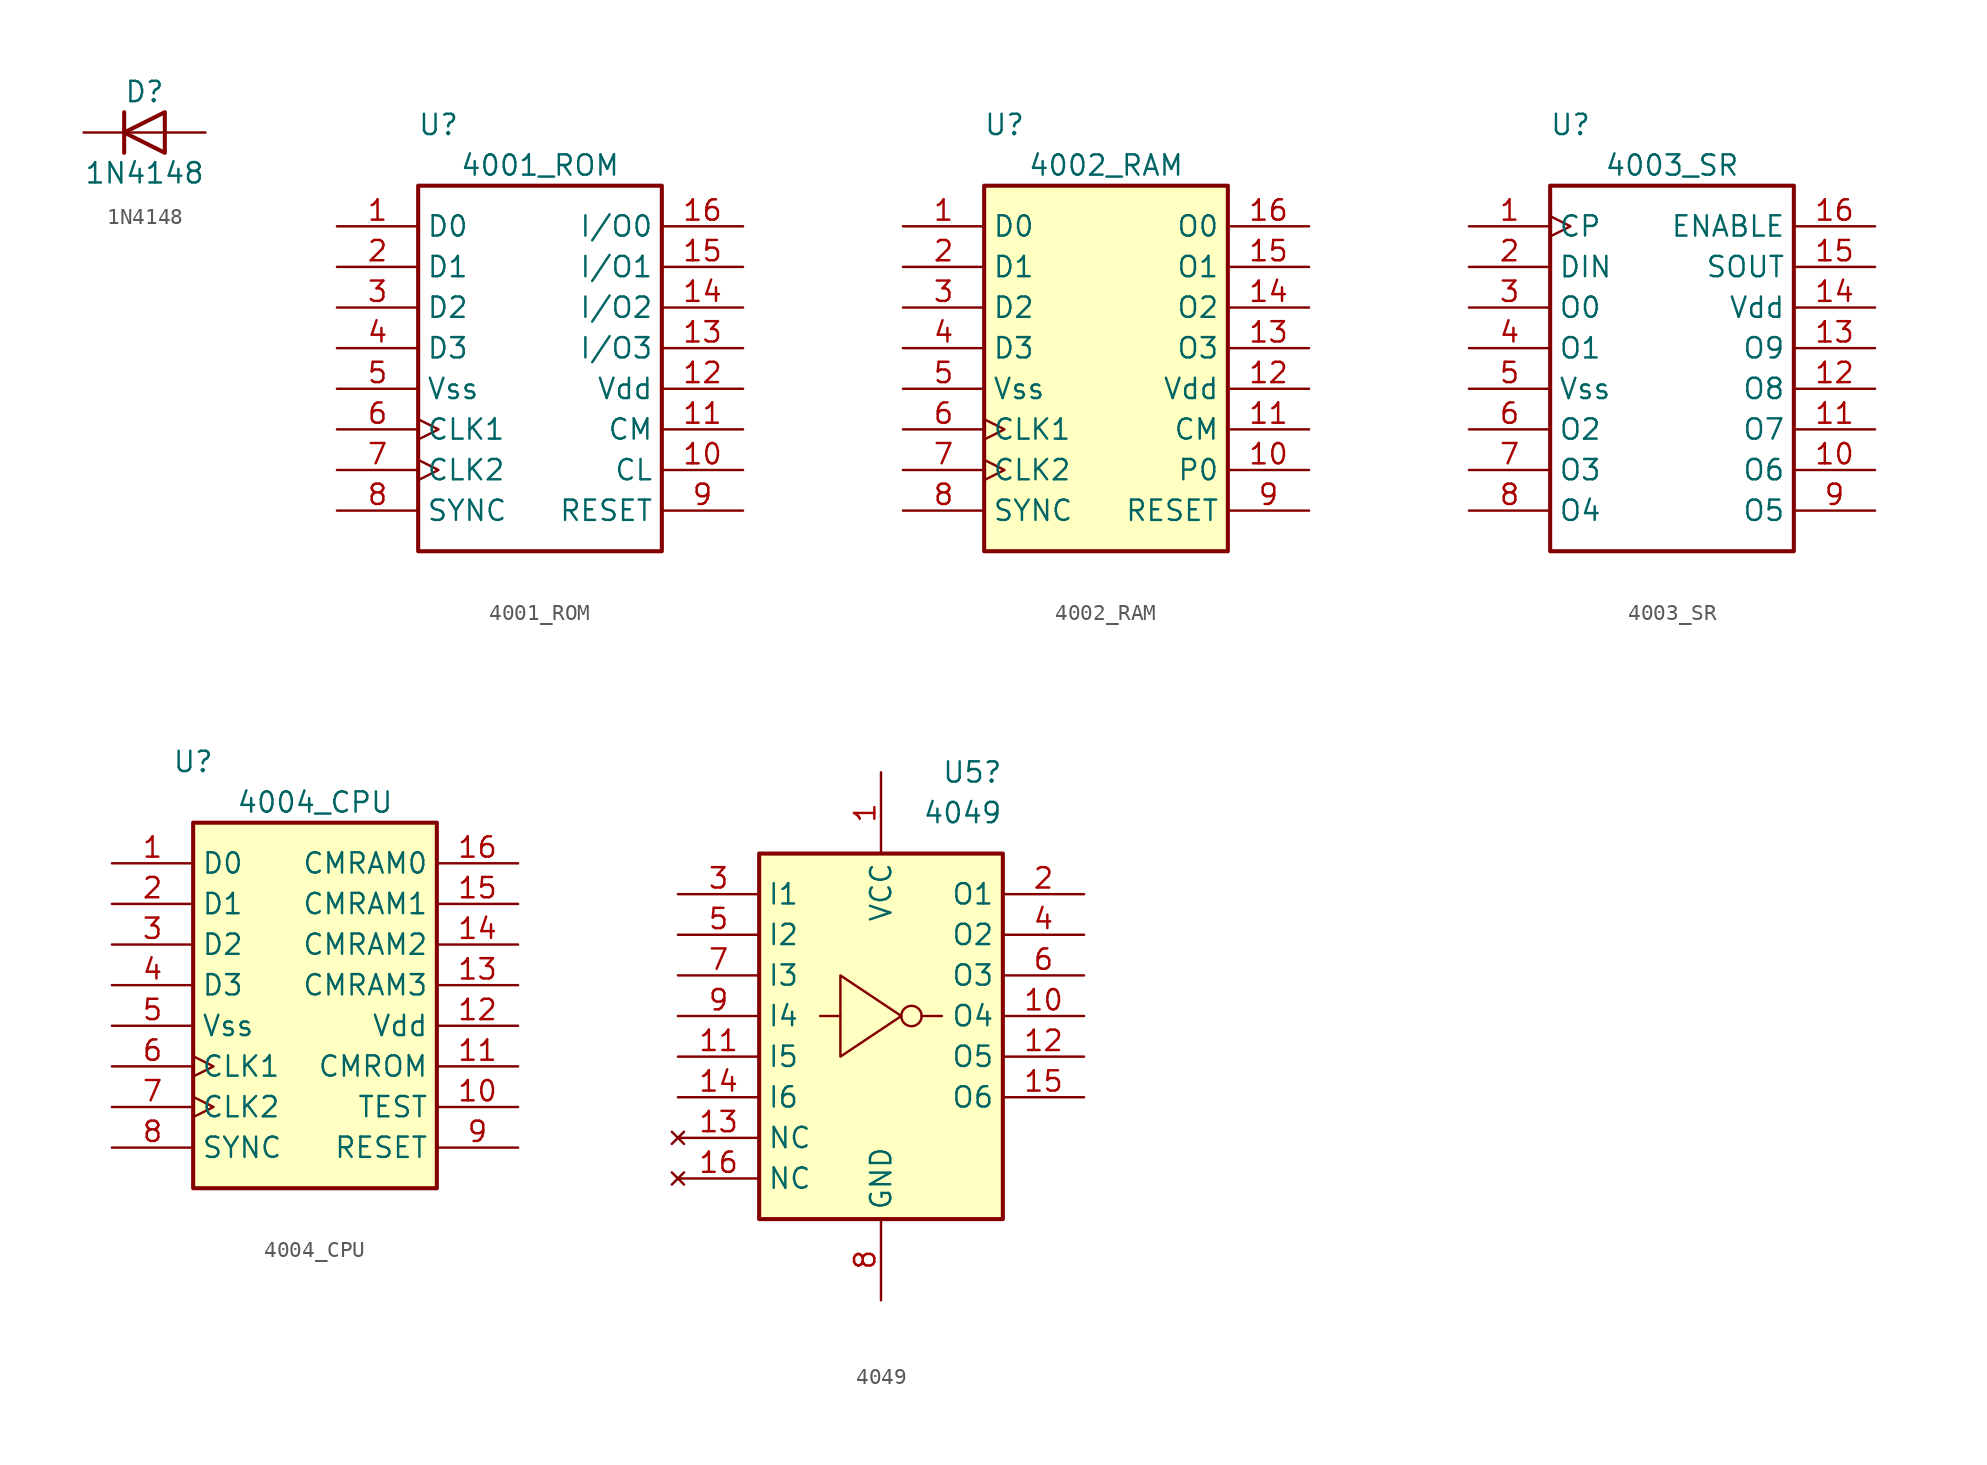
<source format=kicad_sym>
(kicad_symbol_lib
  (version 20241209)
  (generator "kicad_symbol_editor")
  (generator_version "9.0")
  (symbol "1N4148"
    (pin_numbers
      (hide yes))
    (pin_names
      (hide yes))
    (property "Reference" "D"
      (at 0 2.54 0)
      (effects (font (size 1.27 1.27))))
    (property "Value" "1N4148"
      (at 0 -2.54 0)
      (effects (font (size 1.27 1.27))))
    (symbol "1N4148_0_1"
      (polyline (pts (xy -1.27 1.27) (xy -1.27 -1.27)) (stroke (width 0.254) (type default)) (fill (type none)))
      (polyline (pts (xy 1.27 1.27) (xy 1.27 -1.27) (xy -1.27 0) (xy 1.27 1.27)) (stroke (width 0.254) (type default)) (fill (type none)))
      (polyline (pts (xy 1.27 0) (xy -1.27 0)) (stroke (width 0) (type default)) (fill (type none))))
    (symbol "1N4148_1_1"
      (pin passive line (at -3.81 0 0) (length 2.54) (name "K" (effects (font (size 1.27 1.27)))) (number "1" (effects (font (size 1.27 1.27)))))
      (pin passive line (at 3.81 0 180) (length 2.54) (name "A" (effects (font (size 1.27 1.27)))) (number "2" (effects (font (size 1.27 1.27)))))))
  (symbol "4001_ROM"
    (property "Reference" "U"
      (at -6.35 13.97 0)
      (effects (font (size 1.27 1.27))))
    (property "Value" "4001_ROM"
      (at 0 11.43 0)
      (effects (font (size 1.27 1.27))))
    (symbol "4001_ROM_1_0"
      (pin bidirectional line (at -12.7 7.62 0) (length 5.08) (name "D0" (effects (font (size 1.27 1.27)))) (number "1" (effects (font (size 1.27 1.27)))))
      (pin bidirectional line (at -12.7 5.08 0) (length 5.08) (name "D1" (effects (font (size 1.27 1.27)))) (number "2" (effects (font (size 1.27 1.27)))))
      (pin bidirectional line (at -12.7 2.54 0) (length 5.08) (name "D2" (effects (font (size 1.27 1.27)))) (number "3" (effects (font (size 1.27 1.27)))))
      (pin bidirectional line (at -12.7 0 0) (length 5.08) (name "D3" (effects (font (size 1.27 1.27)))) (number "4" (effects (font (size 1.27 1.27)))))
      (pin power_in line (at -12.7 -2.54 0) (length 5.08) (name "Vss" (effects (font (size 1.27 1.27)))) (number "5" (effects (font (size 1.27 1.27)))))
      (pin input clock (at -12.7 -5.08 0) (length 5.08) (name "CLK1" (effects (font (size 1.27 1.27)))) (number "6" (effects (font (size 1.27 1.27)))))
      (pin input clock (at -12.7 -7.62 0) (length 5.08) (name "CLK2" (effects (font (size 1.27 1.27)))) (number "7" (effects (font (size 1.27 1.27)))))
      (pin input line (at -12.7 -10.16 0) (length 5.08) (name "SYNC" (effects (font (size 1.27 1.27)))) (number "8" (effects (font (size 1.27 1.27)))))
      (pin bidirectional line (at 12.7 7.62 180) (length 5.08) (name "I/O0" (effects (font (size 1.27 1.27)))) (number "16" (effects (font (size 1.27 1.27)))))
      (pin bidirectional line (at 12.7 5.08 180) (length 5.08) (name "I/O1" (effects (font (size 1.27 1.27)))) (number "15" (effects (font (size 1.27 1.27)))))
      (pin bidirectional line (at 12.7 2.54 180) (length 5.08) (name "I/O2" (effects (font (size 1.27 1.27)))) (number "14" (effects (font (size 1.27 1.27)))))
      (pin bidirectional line (at 12.7 0 180) (length 5.08) (name "I/O3" (effects (font (size 1.27 1.27)))) (number "13" (effects (font (size 1.27 1.27)))))
      (pin power_in line (at 12.7 -2.54 180) (length 5.08) (name "Vdd" (effects (font (size 1.27 1.27)))) (number "12" (effects (font (size 1.27 1.27)))))
      (pin input line (at 12.7 -5.08 180) (length 5.08) (name "CM" (effects (font (size 1.27 1.27)))) (number "11" (effects (font (size 1.27 1.27)))))
      (pin input line (at 12.7 -7.62 180) (length 5.08) (name "CL" (effects (font (size 1.27 1.27)))) (number "10" (effects (font (size 1.27 1.27)))))
      (pin input line (at 12.7 -10.16 180) (length 5.08) (name "RESET" (effects (font (size 1.27 1.27)))) (number "9" (effects (font (size 1.27 1.27))))))
    (symbol "4001_ROM_1_1"
      (rectangle (start -7.62 10.16) (end 7.62 -12.7) (stroke (width 0.254) (type default)) (fill (type none)))))
  (symbol "4002_RAM"
    (property "Reference" "U"
      (at -6.35 13.97 0)
      (effects (font (size 1.27 1.27))))
    (property "Value" "4002_RAM"
      (at 0 11.43 0)
      (effects (font (size 1.27 1.27))))
    (symbol "4002_RAM_1_0"
      (pin bidirectional line (at -12.7 7.62 0) (length 5.08) (name "D0" (effects (font (size 1.27 1.27)))) (number "1" (effects (font (size 1.27 1.27)))))
      (pin bidirectional line (at -12.7 5.08 0) (length 5.08) (name "D1" (effects (font (size 1.27 1.27)))) (number "2" (effects (font (size 1.27 1.27)))))
      (pin bidirectional line (at -12.7 2.54 0) (length 5.08) (name "D2" (effects (font (size 1.27 1.27)))) (number "3" (effects (font (size 1.27 1.27)))))
      (pin bidirectional line (at -12.7 0 0) (length 5.08) (name "D3" (effects (font (size 1.27 1.27)))) (number "4" (effects (font (size 1.27 1.27)))))
      (pin power_in line (at -12.7 -2.54 0) (length 5.08) (name "Vss" (effects (font (size 1.27 1.27)))) (number "5" (effects (font (size 1.27 1.27)))))
      (pin input clock (at -12.7 -5.08 0) (length 5.08) (name "CLK1" (effects (font (size 1.27 1.27)))) (number "6" (effects (font (size 1.27 1.27)))))
      (pin input clock (at -12.7 -7.62 0) (length 5.08) (name "CLK2" (effects (font (size 1.27 1.27)))) (number "7" (effects (font (size 1.27 1.27)))))
      (pin input line (at -12.7 -10.16 0) (length 5.08) (name "SYNC" (effects (font (size 1.27 1.27)))) (number "8" (effects (font (size 1.27 1.27)))))
      (pin output line (at 12.7 7.62 180) (length 5.08) (name "O0" (effects (font (size 1.27 1.27)))) (number "16" (effects (font (size 1.27 1.27)))))
      (pin output line (at 12.7 5.08 180) (length 5.08) (name "O1" (effects (font (size 1.27 1.27)))) (number "15" (effects (font (size 1.27 1.27)))))
      (pin output line (at 12.7 2.54 180) (length 5.08) (name "O2" (effects (font (size 1.27 1.27)))) (number "14" (effects (font (size 1.27 1.27)))))
      (pin output line (at 12.7 0 180) (length 5.08) (name "O3" (effects (font (size 1.27 1.27)))) (number "13" (effects (font (size 1.27 1.27)))))
      (pin power_in line (at 12.7 -2.54 180) (length 5.08) (name "Vdd" (effects (font (size 1.27 1.27)))) (number "12" (effects (font (size 1.27 1.27)))))
      (pin input line (at 12.7 -5.08 180) (length 5.08) (name "CM" (effects (font (size 1.27 1.27)))) (number "11" (effects (font (size 1.27 1.27)))))
      (pin input line (at 12.7 -7.62 180) (length 5.08) (name "P0" (effects (font (size 1.27 1.27)))) (number "10" (effects (font (size 1.27 1.27)))))
      (pin input line (at 12.7 -10.16 180) (length 5.08) (name "RESET" (effects (font (size 1.27 1.27)))) (number "9" (effects (font (size 1.27 1.27))))))
    (symbol "4002_RAM_1_1"
      (rectangle (start -7.62 10.16) (end 7.62 -12.7) (stroke (width 0.254) (type default)) (fill (type background)))))
  (symbol "4003_SR"
    (property "Reference" "U"
      (at -6.35 13.97 0)
      (effects (font (size 1.27 1.27))))
    (property "Value" "4003_SR"
      (at 0 11.43 0)
      (effects (font (size 1.27 1.27))))
    (symbol "4003_SR_1_0"
      (pin input clock (at -12.7 7.62 0) (length 5.08) (name "CP" (effects (font (size 1.27 1.27)))) (number "1" (effects (font (size 1.27 1.27)))))
      (pin input line (at -12.7 5.08 0) (length 5.08) (name "DIN" (effects (font (size 1.27 1.27)))) (number "2" (effects (font (size 1.27 1.27)))))
      (pin output line (at -12.7 2.54 0) (length 5.08) (name "O0" (effects (font (size 1.27 1.27)))) (number "3" (effects (font (size 1.27 1.27)))))
      (pin output line (at -12.7 0 0) (length 5.08) (name "O1" (effects (font (size 1.27 1.27)))) (number "4" (effects (font (size 1.27 1.27)))))
      (pin power_in line (at -12.7 -2.54 0) (length 5.08) (name "Vss" (effects (font (size 1.27 1.27)))) (number "5" (effects (font (size 1.27 1.27)))))
      (pin output line (at -12.7 -5.08 0) (length 5.08) (name "O2" (effects (font (size 1.27 1.27)))) (number "6" (effects (font (size 1.27 1.27)))))
      (pin output line (at -12.7 -7.62 0) (length 5.08) (name "O3" (effects (font (size 1.27 1.27)))) (number "7" (effects (font (size 1.27 1.27)))))
      (pin output line (at -12.7 -10.16 0) (length 5.08) (name "O4" (effects (font (size 1.27 1.27)))) (number "8" (effects (font (size 1.27 1.27)))))
      (pin input line (at 12.7 7.62 180) (length 5.08) (name "ENABLE" (effects (font (size 1.27 1.27)))) (number "16" (effects (font (size 1.27 1.27)))))
      (pin output line (at 12.7 5.08 180) (length 5.08) (name "SOUT" (effects (font (size 1.27 1.27)))) (number "15" (effects (font (size 1.27 1.27)))))
      (pin power_in line (at 12.7 2.54 180) (length 5.08) (name "Vdd" (effects (font (size 1.27 1.27)))) (number "14" (effects (font (size 1.27 1.27)))))
      (pin output line (at 12.7 0 180) (length 5.08) (name "O9" (effects (font (size 1.27 1.27)))) (number "13" (effects (font (size 1.27 1.27)))))
      (pin output line (at 12.7 -2.54 180) (length 5.08) (name "O8" (effects (font (size 1.27 1.27)))) (number "12" (effects (font (size 1.27 1.27)))))
      (pin output line (at 12.7 -5.08 180) (length 5.08) (name "O7" (effects (font (size 1.27 1.27)))) (number "11" (effects (font (size 1.27 1.27)))))
      (pin output line (at 12.7 -7.62 180) (length 5.08) (name "O6" (effects (font (size 1.27 1.27)))) (number "10" (effects (font (size 1.27 1.27)))))
      (pin output line (at 12.7 -10.16 180) (length 5.08) (name "O5" (effects (font (size 1.27 1.27)))) (number "9" (effects (font (size 1.27 1.27))))))
    (symbol "4003_SR_1_1"
      (rectangle (start -7.62 10.16) (end 7.62 -12.7) (stroke (width 0.254) (type default)) (fill (type none)))))
  (symbol "4004_CPU"
    (property "Reference" "U"
      (at -7.62 13.97 0)
      (effects (font (size 1.27 1.27))))
    (property "Value" "4004_CPU"
      (at 0 11.43 0)
      (effects (font (size 1.27 1.27))))
    (symbol "4004_CPU_1_0"
      (pin bidirectional line (at -12.7 7.62 0) (length 5.08) (name "D0" (effects (font (size 1.27 1.27)))) (number "1" (effects (font (size 1.27 1.27)))))
      (pin bidirectional line (at -12.7 5.08 0) (length 5.08) (name "D1" (effects (font (size 1.27 1.27)))) (number "2" (effects (font (size 1.27 1.27)))))
      (pin bidirectional line (at -12.7 2.54 0) (length 5.08) (name "D2" (effects (font (size 1.27 1.27)))) (number "3" (effects (font (size 1.27 1.27)))))
      (pin bidirectional line (at -12.7 0 0) (length 5.08) (name "D3" (effects (font (size 1.27 1.27)))) (number "4" (effects (font (size 1.27 1.27)))))
      (pin power_in line (at -12.7 -2.54 0) (length 5.08) (name "Vss" (effects (font (size 1.27 1.27)))) (number "5" (effects (font (size 1.27 1.27)))))
      (pin input clock (at -12.7 -5.08 0) (length 5.08) (name "CLK1" (effects (font (size 1.27 1.27)))) (number "6" (effects (font (size 1.27 1.27)))))
      (pin input clock (at -12.7 -7.62 0) (length 5.08) (name "CLK2" (effects (font (size 1.27 1.27)))) (number "7" (effects (font (size 1.27 1.27)))))
      (pin output line (at -12.7 -10.16 0) (length 5.08) (name "SYNC" (effects (font (size 1.27 1.27)))) (number "8" (effects (font (size 1.27 1.27)))))
      (pin output line (at 12.7 7.62 180) (length 5.08) (name "CMRAM0" (effects (font (size 1.27 1.27)))) (number "16" (effects (font (size 1.27 1.27)))))
      (pin output line (at 12.7 5.08 180) (length 5.08) (name "CMRAM1" (effects (font (size 1.27 1.27)))) (number "15" (effects (font (size 1.27 1.27)))))
      (pin output line (at 12.7 2.54 180) (length 5.08) (name "CMRAM2" (effects (font (size 1.27 1.27)))) (number "14" (effects (font (size 1.27 1.27)))))
      (pin output line (at 12.7 0 180) (length 5.08) (name "CMRAM3" (effects (font (size 1.27 1.27)))) (number "13" (effects (font (size 1.27 1.27)))))
      (pin power_in line (at 12.7 -2.54 180) (length 5.08) (name "Vdd" (effects (font (size 1.27 1.27)))) (number "12" (effects (font (size 1.27 1.27)))))
      (pin output line (at 12.7 -5.08 180) (length 5.08) (name "CMROM" (effects (font (size 1.27 1.27)))) (number "11" (effects (font (size 1.27 1.27)))))
      (pin input line (at 12.7 -7.62 180) (length 5.08) (name "TEST" (effects (font (size 1.27 1.27)))) (number "10" (effects (font (size 1.27 1.27)))))
      (pin input line (at 12.7 -10.16 180) (length 5.08) (name "RESET" (effects (font (size 1.27 1.27)))) (number "9" (effects (font (size 1.27 1.27))))))
    (symbol "4004_CPU_1_1"
      (rectangle (start -7.62 10.16) (end 7.62 -12.7) (stroke (width 0.254) (type default)) (fill (type background)))))
  (symbol "4049"
    (property "Reference" "U5"
      (at 7.62 12.7 0)
      (effects (font (size 1.27 1.27)) (justify right)))
    (property "Value" "4049"
      (at 7.62 10.16 0)
      (effects (font (size 1.27 1.27)) (justify right)))
    (symbol "4049_0_1"
      (circle (center 1.905 -2.54) (radius 0.637) (stroke (width 0) (type default)) (fill (type none))))
    (symbol "4049_1_0"
      (pin input line (at -12.7 5.08 0) (length 5.08) (name "I1" (effects (font (size 1.27 1.27)))) (number "3" (effects (font (size 1.27 1.27)))))
      (pin input line (at -12.7 2.54 0) (length 5.08) (name "I2" (effects (font (size 1.27 1.27)))) (number "5" (effects (font (size 1.27 1.27)))))
      (pin input line (at -12.7 0 0) (length 5.08) (name "I3" (effects (font (size 1.27 1.27)))) (number "7" (effects (font (size 1.27 1.27)))))
      (pin input line (at -12.7 -2.54 0) (length 5.08) (name "I4" (effects (font (size 1.27 1.27)))) (number "9" (effects (font (size 1.27 1.27)))))
      (pin input line (at -12.7 -5.08 0) (length 5.08) (name "I5" (effects (font (size 1.27 1.27)))) (number "11" (effects (font (size 1.27 1.27)))))
      (pin input line (at -12.7 -7.62 0) (length 5.08) (name "I6" (effects (font (size 1.27 1.27)))) (number "14" (effects (font (size 1.27 1.27)))))
      (pin no_connect line (at -12.7 -10.16 0) (length 5.08) (name "NC" (effects (font (size 1.27 1.27)))) (number "13" (effects (font (size 1.27 1.27)))))
      (pin no_connect line (at -12.7 -12.7 0) (length 5.08) (name "NC" (effects (font (size 1.27 1.27)))) (number "16" (effects (font (size 1.27 1.27)))))
      (pin power_in line (at 0 12.7 270) (length 5.08) (name "VCC" (effects (font (size 1.27 1.27)))) (number "1" (effects (font (size 1.27 1.27)))))
      (pin power_in line (at 0 -20.32 90) (length 5.08) (name "GND" (effects (font (size 1.27 1.27)))) (number "8" (effects (font (size 1.27 1.27)))))
      (pin output line (at 12.7 5.08 180) (length 5.08) (name "O1" (effects (font (size 1.27 1.27)))) (number "2" (effects (font (size 1.27 1.27)))))
      (pin output line (at 12.7 2.54 180) (length 5.08) (name "O2" (effects (font (size 1.27 1.27)))) (number "4" (effects (font (size 1.27 1.27)))))
      (pin output line (at 12.7 0 180) (length 5.08) (name "O3" (effects (font (size 1.27 1.27)))) (number "6" (effects (font (size 1.27 1.27)))))
      (pin output line (at 12.7 -2.54 180) (length 5.08) (name "O4" (effects (font (size 1.27 1.27)))) (number "10" (effects (font (size 1.27 1.27)))))
      (pin output line (at 12.7 -5.08 180) (length 5.08) (name "O5" (effects (font (size 1.27 1.27)))) (number "12" (effects (font (size 1.27 1.27)))))
      (pin output line (at 12.7 -7.62 180) (length 5.08) (name "O6" (effects (font (size 1.27 1.27)))) (number "15" (effects (font (size 1.27 1.27))))))
    (symbol "4049_1_1"
      (rectangle (start -7.62 7.62) (end 7.62 -15.24) (stroke (width 0.254) (type default)) (fill (type background)))
      (polyline (pts (xy -2.54 -2.54) (xy -3.81 -2.54)) (stroke (width 0) (type default)) (fill (type none)))
      (polyline (pts (xy 1.27 -2.54) (xy -2.54 0) (xy -2.54 -5.08) (xy 1.27 -2.54)) (stroke (width 0) (type default)) (fill (type none)))
      (polyline (pts (xy 2.54 -2.54) (xy 3.81 -2.54)) (stroke (width 0) (type default)) (fill (type none))))))
</source>
